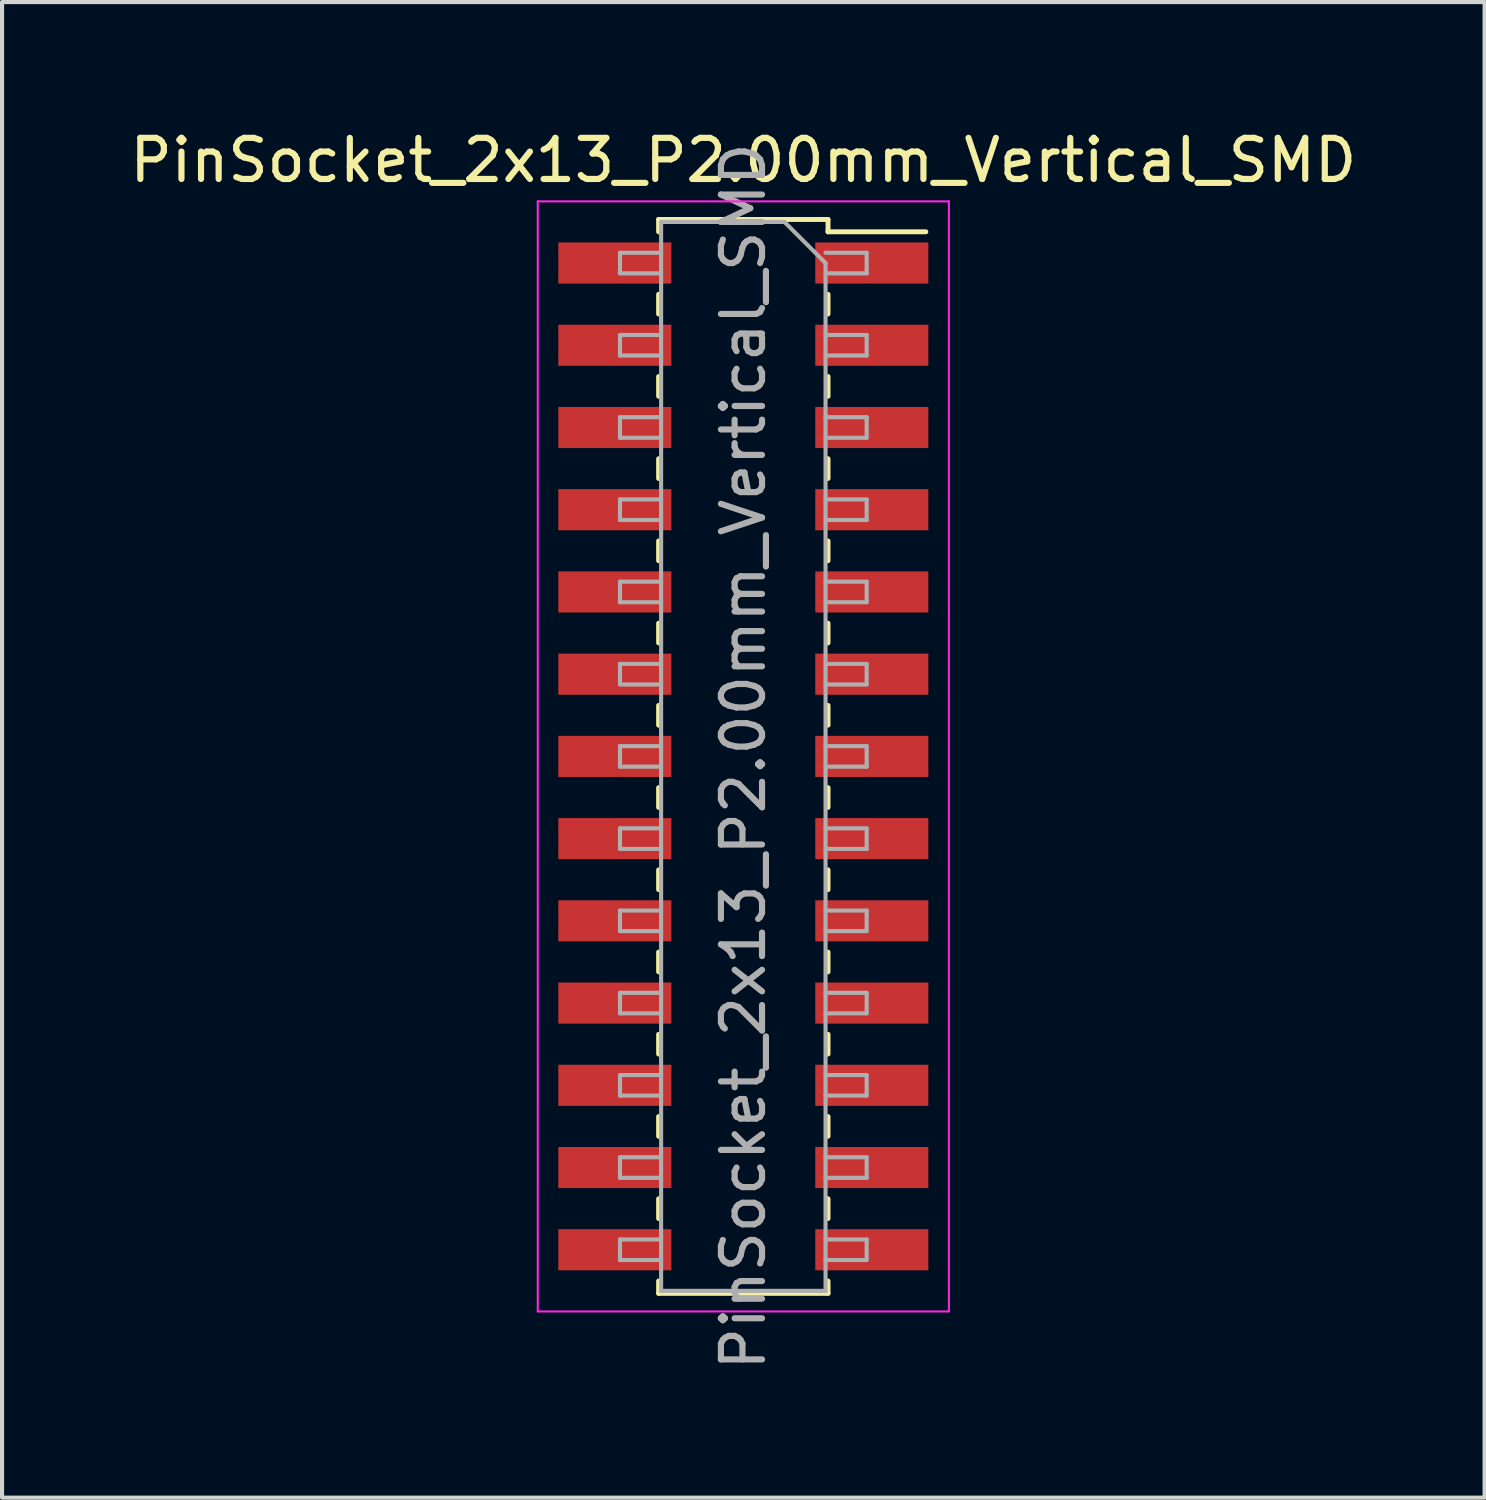
<source format=kicad_pcb>
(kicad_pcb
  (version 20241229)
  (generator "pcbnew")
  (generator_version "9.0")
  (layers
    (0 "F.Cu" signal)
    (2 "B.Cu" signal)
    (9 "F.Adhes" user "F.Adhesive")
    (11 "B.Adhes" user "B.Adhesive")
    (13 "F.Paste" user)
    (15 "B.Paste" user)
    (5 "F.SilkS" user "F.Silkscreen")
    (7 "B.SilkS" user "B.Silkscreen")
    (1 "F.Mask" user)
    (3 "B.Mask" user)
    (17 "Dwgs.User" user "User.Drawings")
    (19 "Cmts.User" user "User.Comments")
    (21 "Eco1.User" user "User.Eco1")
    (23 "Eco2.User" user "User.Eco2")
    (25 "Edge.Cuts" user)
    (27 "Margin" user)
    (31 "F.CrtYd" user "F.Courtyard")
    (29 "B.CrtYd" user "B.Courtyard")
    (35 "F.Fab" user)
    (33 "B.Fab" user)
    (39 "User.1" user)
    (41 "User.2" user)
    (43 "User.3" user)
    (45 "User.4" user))
  (footprint "PinSocket_2x13_P2.00mm_Vertical_SMD"
    (layer "F.Cu")
    (at 15.03 15.348)
    (property "Reference" "PinSocket_2x13_P2.00mm_Vertical_SMD" (at 0 -14.5 0) (layer "F.SilkS") (effects (font (size 1 1) (thickness 0.15))))
    (attr smd)
    (fp_line (start -2.06 -13.06) (end -2.06 -12.76) (stroke (width 0.12) (type solid)) (layer "F.SilkS"))
    (fp_line (start -2.06 -13.06) (end 2.06 -13.06) (stroke (width 0.12) (type solid)) (layer "F.SilkS"))
    (fp_line (start -2.06 -11.24) (end -2.06 -10.76) (stroke (width 0.12) (type solid)) (layer "F.SilkS"))
    (fp_line (start -2.06 -9.24) (end -2.06 -8.76) (stroke (width 0.12) (type solid)) (layer "F.SilkS"))
    (fp_line (start -2.06 -7.24) (end -2.06 -6.76) (stroke (width 0.12) (type solid)) (layer "F.SilkS"))
    (fp_line (start -2.06 -5.24) (end -2.06 -4.76) (stroke (width 0.12) (type solid)) (layer "F.SilkS"))
    (fp_line (start -2.06 -3.24) (end -2.06 -2.76) (stroke (width 0.12) (type solid)) (layer "F.SilkS"))
    (fp_line (start -2.06 -1.24) (end -2.06 -0.76) (stroke (width 0.12) (type solid)) (layer "F.SilkS"))
    (fp_line (start -2.06 0.76) (end -2.06 1.24) (stroke (width 0.12) (type solid)) (layer "F.SilkS"))
    (fp_line (start -2.06 2.76) (end -2.06 3.24) (stroke (width 0.12) (type solid)) (layer "F.SilkS"))
    (fp_line (start -2.06 4.76) (end -2.06 5.24) (stroke (width 0.12) (type solid)) (layer "F.SilkS"))
    (fp_line (start -2.06 6.76) (end -2.06 7.24) (stroke (width 0.12) (type solid)) (layer "F.SilkS"))
    (fp_line (start -2.06 8.76) (end -2.06 9.24) (stroke (width 0.12) (type solid)) (layer "F.SilkS"))
    (fp_line (start -2.06 10.76) (end -2.06 11.24) (stroke (width 0.12) (type solid)) (layer "F.SilkS"))
    (fp_line (start -2.06 12.76) (end -2.06 13.06) (stroke (width 0.12) (type solid)) (layer "F.SilkS"))
    (fp_line (start -2.06 13.06) (end 2.06 13.06) (stroke (width 0.12) (type solid)) (layer "F.SilkS"))
    (fp_line (start 2.06 -13.06) (end 2.06 -12.76) (stroke (width 0.12) (type solid)) (layer "F.SilkS"))
    (fp_line (start 2.06 -12.76) (end 4.44 -12.76) (stroke (width 0.12) (type solid)) (layer "F.SilkS"))
    (fp_line (start 2.06 -11.24) (end 2.06 -10.76) (stroke (width 0.12) (type solid)) (layer "F.SilkS"))
    (fp_line (start 2.06 -9.24) (end 2.06 -8.76) (stroke (width 0.12) (type solid)) (layer "F.SilkS"))
    (fp_line (start 2.06 -7.24) (end 2.06 -6.76) (stroke (width 0.12) (type solid)) (layer "F.SilkS"))
    (fp_line (start 2.06 -5.24) (end 2.06 -4.76) (stroke (width 0.12) (type solid)) (layer "F.SilkS"))
    (fp_line (start 2.06 -3.24) (end 2.06 -2.76) (stroke (width 0.12) (type solid)) (layer "F.SilkS"))
    (fp_line (start 2.06 -1.24) (end 2.06 -0.76) (stroke (width 0.12) (type solid)) (layer "F.SilkS"))
    (fp_line (start 2.06 0.76) (end 2.06 1.24) (stroke (width 0.12) (type solid)) (layer "F.SilkS"))
    (fp_line (start 2.06 2.76) (end 2.06 3.24) (stroke (width 0.12) (type solid)) (layer "F.SilkS"))
    (fp_line (start 2.06 4.76) (end 2.06 5.24) (stroke (width 0.12) (type solid)) (layer "F.SilkS"))
    (fp_line (start 2.06 6.76) (end 2.06 7.24) (stroke (width 0.12) (type solid)) (layer "F.SilkS"))
    (fp_line (start 2.06 8.76) (end 2.06 9.24) (stroke (width 0.12) (type solid)) (layer "F.SilkS"))
    (fp_line (start 2.06 10.76) (end 2.06 11.24) (stroke (width 0.12) (type solid)) (layer "F.SilkS"))
    (fp_line (start 2.06 12.76) (end 2.06 13.06) (stroke (width 0.12) (type solid)) (layer "F.SilkS"))
    (fp_line (start -5 -13.5) (end 5 -13.5) (stroke (width 0.05) (type solid)) (layer "F.CrtYd"))
    (fp_line (start -5 13.5) (end -5 -13.5) (stroke (width 0.05) (type solid)) (layer "F.CrtYd"))
    (fp_line (start 5 -13.5) (end 5 13.5) (stroke (width 0.05) (type solid)) (layer "F.CrtYd"))
    (fp_line (start 5 13.5) (end -5 13.5) (stroke (width 0.05) (type solid)) (layer "F.CrtYd"))
    (fp_line (start -3 -12.25) (end -2 -12.25) (stroke (width 0.1) (type solid)) (layer "F.Fab"))
    (fp_line (start -3 -11.75) (end -3 -12.25) (stroke (width 0.1) (type solid)) (layer "F.Fab"))
    (fp_line (start -3 -10.25) (end -2 -10.25) (stroke (width 0.1) (type solid)) (layer "F.Fab"))
    (fp_line (start -3 -9.75) (end -3 -10.25) (stroke (width 0.1) (type solid)) (layer "F.Fab"))
    (fp_line (start -3 -8.25) (end -2 -8.25) (stroke (width 0.1) (type solid)) (layer "F.Fab"))
    (fp_line (start -3 -7.75) (end -3 -8.25) (stroke (width 0.1) (type solid)) (layer "F.Fab"))
    (fp_line (start -3 -6.25) (end -2 -6.25) (stroke (width 0.1) (type solid)) (layer "F.Fab"))
    (fp_line (start -3 -5.75) (end -3 -6.25) (stroke (width 0.1) (type solid)) (layer "F.Fab"))
    (fp_line (start -3 -4.25) (end -2 -4.25) (stroke (width 0.1) (type solid)) (layer "F.Fab"))
    (fp_line (start -3 -3.75) (end -3 -4.25) (stroke (width 0.1) (type solid)) (layer "F.Fab"))
    (fp_line (start -3 -2.25) (end -2 -2.25) (stroke (width 0.1) (type solid)) (layer "F.Fab"))
    (fp_line (start -3 -1.75) (end -3 -2.25) (stroke (width 0.1) (type solid)) (layer "F.Fab"))
    (fp_line (start -3 -0.25) (end -2 -0.25) (stroke (width 0.1) (type solid)) (layer "F.Fab"))
    (fp_line (start -3 0.25) (end -3 -0.25) (stroke (width 0.1) (type solid)) (layer "F.Fab"))
    (fp_line (start -3 1.75) (end -2 1.75) (stroke (width 0.1) (type solid)) (layer "F.Fab"))
    (fp_line (start -3 2.25) (end -3 1.75) (stroke (width 0.1) (type solid)) (layer "F.Fab"))
    (fp_line (start -3 3.75) (end -2 3.75) (stroke (width 0.1) (type solid)) (layer "F.Fab"))
    (fp_line (start -3 4.25) (end -3 3.75) (stroke (width 0.1) (type solid)) (layer "F.Fab"))
    (fp_line (start -3 5.75) (end -2 5.75) (stroke (width 0.1) (type solid)) (layer "F.Fab"))
    (fp_line (start -3 6.25) (end -3 5.75) (stroke (width 0.1) (type solid)) (layer "F.Fab"))
    (fp_line (start -3 7.75) (end -2 7.75) (stroke (width 0.1) (type solid)) (layer "F.Fab"))
    (fp_line (start -3 8.25) (end -3 7.75) (stroke (width 0.1) (type solid)) (layer "F.Fab"))
    (fp_line (start -3 9.75) (end -2 9.75) (stroke (width 0.1) (type solid)) (layer "F.Fab"))
    (fp_line (start -3 10.25) (end -3 9.75) (stroke (width 0.1) (type solid)) (layer "F.Fab"))
    (fp_line (start -3 11.75) (end -2 11.75) (stroke (width 0.1) (type solid)) (layer "F.Fab"))
    (fp_line (start -3 12.25) (end -3 11.75) (stroke (width 0.1) (type solid)) (layer "F.Fab"))
    (fp_line (start -2 -13) (end 1 -13) (stroke (width 0.1) (type solid)) (layer "F.Fab"))
    (fp_line (start -2 -11.75) (end -3 -11.75) (stroke (width 0.1) (type solid)) (layer "F.Fab"))
    (fp_line (start -2 -9.75) (end -3 -9.75) (stroke (width 0.1) (type solid)) (layer "F.Fab"))
    (fp_line (start -2 -7.75) (end -3 -7.75) (stroke (width 0.1) (type solid)) (layer "F.Fab"))
    (fp_line (start -2 -5.75) (end -3 -5.75) (stroke (width 0.1) (type solid)) (layer "F.Fab"))
    (fp_line (start -2 -3.75) (end -3 -3.75) (stroke (width 0.1) (type solid)) (layer "F.Fab"))
    (fp_line (start -2 -1.75) (end -3 -1.75) (stroke (width 0.1) (type solid)) (layer "F.Fab"))
    (fp_line (start -2 0.25) (end -3 0.25) (stroke (width 0.1) (type solid)) (layer "F.Fab"))
    (fp_line (start -2 2.25) (end -3 2.25) (stroke (width 0.1) (type solid)) (layer "F.Fab"))
    (fp_line (start -2 4.25) (end -3 4.25) (stroke (width 0.1) (type solid)) (layer "F.Fab"))
    (fp_line (start -2 6.25) (end -3 6.25) (stroke (width 0.1) (type solid)) (layer "F.Fab"))
    (fp_line (start -2 8.25) (end -3 8.25) (stroke (width 0.1) (type solid)) (layer "F.Fab"))
    (fp_line (start -2 10.25) (end -3 10.25) (stroke (width 0.1) (type solid)) (layer "F.Fab"))
    (fp_line (start -2 12.25) (end -3 12.25) (stroke (width 0.1) (type solid)) (layer "F.Fab"))
    (fp_line (start -2 13) (end -2 -13) (stroke (width 0.1) (type solid)) (layer "F.Fab"))
    (fp_line (start 1 -13) (end 2 -12) (stroke (width 0.1) (type solid)) (layer "F.Fab"))
    (fp_line (start 2 -12.25) (end 3 -12.25) (stroke (width 0.1) (type solid)) (layer "F.Fab"))
    (fp_line (start 2 -12) (end 2 13) (stroke (width 0.1) (type solid)) (layer "F.Fab"))
    (fp_line (start 2 -10.25) (end 3 -10.25) (stroke (width 0.1) (type solid)) (layer "F.Fab"))
    (fp_line (start 2 -8.25) (end 3 -8.25) (stroke (width 0.1) (type solid)) (layer "F.Fab"))
    (fp_line (start 2 -6.25) (end 3 -6.25) (stroke (width 0.1) (type solid)) (layer "F.Fab"))
    (fp_line (start 2 -4.25) (end 3 -4.25) (stroke (width 0.1) (type solid)) (layer "F.Fab"))
    (fp_line (start 2 -2.25) (end 3 -2.25) (stroke (width 0.1) (type solid)) (layer "F.Fab"))
    (fp_line (start 2 -0.25) (end 3 -0.25) (stroke (width 0.1) (type solid)) (layer "F.Fab"))
    (fp_line (start 2 1.75) (end 3 1.75) (stroke (width 0.1) (type solid)) (layer "F.Fab"))
    (fp_line (start 2 3.75) (end 3 3.75) (stroke (width 0.1) (type solid)) (layer "F.Fab"))
    (fp_line (start 2 5.75) (end 3 5.75) (stroke (width 0.1) (type solid)) (layer "F.Fab"))
    (fp_line (start 2 7.75) (end 3 7.75) (stroke (width 0.1) (type solid)) (layer "F.Fab"))
    (fp_line (start 2 9.75) (end 3 9.75) (stroke (width 0.1) (type solid)) (layer "F.Fab"))
    (fp_line (start 2 11.75) (end 3 11.75) (stroke (width 0.1) (type solid)) (layer "F.Fab"))
    (fp_line (start 2 13) (end -2 13) (stroke (width 0.1) (type solid)) (layer "F.Fab"))
    (fp_line (start 3 -12.25) (end 3 -11.75) (stroke (width 0.1) (type solid)) (layer "F.Fab"))
    (fp_line (start 3 -11.75) (end 2 -11.75) (stroke (width 0.1) (type solid)) (layer "F.Fab"))
    (fp_line (start 3 -10.25) (end 3 -9.75) (stroke (width 0.1) (type solid)) (layer "F.Fab"))
    (fp_line (start 3 -9.75) (end 2 -9.75) (stroke (width 0.1) (type solid)) (layer "F.Fab"))
    (fp_line (start 3 -8.25) (end 3 -7.75) (stroke (width 0.1) (type solid)) (layer "F.Fab"))
    (fp_line (start 3 -7.75) (end 2 -7.75) (stroke (width 0.1) (type solid)) (layer "F.Fab"))
    (fp_line (start 3 -6.25) (end 3 -5.75) (stroke (width 0.1) (type solid)) (layer "F.Fab"))
    (fp_line (start 3 -5.75) (end 2 -5.75) (stroke (width 0.1) (type solid)) (layer "F.Fab"))
    (fp_line (start 3 -4.25) (end 3 -3.75) (stroke (width 0.1) (type solid)) (layer "F.Fab"))
    (fp_line (start 3 -3.75) (end 2 -3.75) (stroke (width 0.1) (type solid)) (layer "F.Fab"))
    (fp_line (start 3 -2.25) (end 3 -1.75) (stroke (width 0.1) (type solid)) (layer "F.Fab"))
    (fp_line (start 3 -1.75) (end 2 -1.75) (stroke (width 0.1) (type solid)) (layer "F.Fab"))
    (fp_line (start 3 -0.25) (end 3 0.25) (stroke (width 0.1) (type solid)) (layer "F.Fab"))
    (fp_line (start 3 0.25) (end 2 0.25) (stroke (width 0.1) (type solid)) (layer "F.Fab"))
    (fp_line (start 3 1.75) (end 3 2.25) (stroke (width 0.1) (type solid)) (layer "F.Fab"))
    (fp_line (start 3 2.25) (end 2 2.25) (stroke (width 0.1) (type solid)) (layer "F.Fab"))
    (fp_line (start 3 3.75) (end 3 4.25) (stroke (width 0.1) (type solid)) (layer "F.Fab"))
    (fp_line (start 3 4.25) (end 2 4.25) (stroke (width 0.1) (type solid)) (layer "F.Fab"))
    (fp_line (start 3 5.75) (end 3 6.25) (stroke (width 0.1) (type solid)) (layer "F.Fab"))
    (fp_line (start 3 6.25) (end 2 6.25) (stroke (width 0.1) (type solid)) (layer "F.Fab"))
    (fp_line (start 3 7.75) (end 3 8.25) (stroke (width 0.1) (type solid)) (layer "F.Fab"))
    (fp_line (start 3 8.25) (end 2 8.25) (stroke (width 0.1) (type solid)) (layer "F.Fab"))
    (fp_line (start 3 9.75) (end 3 10.25) (stroke (width 0.1) (type solid)) (layer "F.Fab"))
    (fp_line (start 3 10.25) (end 2 10.25) (stroke (width 0.1) (type solid)) (layer "F.Fab"))
    (fp_line (start 3 11.75) (end 3 12.25) (stroke (width 0.1) (type solid)) (layer "F.Fab"))
    (fp_line (start 3 12.25) (end 2 12.25) (stroke (width 0.1) (type solid)) (layer "F.Fab"))
    (fp_text user "${REFERENCE}" (at 0 0 90) (layer "F.Fab") (effects (font (size 1 1) (thickness 0.15))))
    (pad "1" smd rect (at 3.125 -12) (size 2.75 1) (layers "F.Cu" "F.Mask" "F.Paste"))
    (pad "2" smd rect (at -3.125 -12) (size 2.75 1) (layers "F.Cu" "F.Mask" "F.Paste"))
    (pad "3" smd rect (at 3.125 -10) (size 2.75 1) (layers "F.Cu" "F.Mask" "F.Paste"))
    (pad "4" smd rect (at -3.125 -10) (size 2.75 1) (layers "F.Cu" "F.Mask" "F.Paste"))
    (pad "5" smd rect (at 3.125 -8) (size 2.75 1) (layers "F.Cu" "F.Mask" "F.Paste"))
    (pad "6" smd rect (at -3.125 -8) (size 2.75 1) (layers "F.Cu" "F.Mask" "F.Paste"))
    (pad "7" smd rect (at 3.125 -6) (size 2.75 1) (layers "F.Cu" "F.Mask" "F.Paste"))
    (pad "8" smd rect (at -3.125 -6) (size 2.75 1) (layers "F.Cu" "F.Mask" "F.Paste"))
    (pad "9" smd rect (at 3.125 -4) (size 2.75 1) (layers "F.Cu" "F.Mask" "F.Paste"))
    (pad "10" smd rect (at -3.125 -4) (size 2.75 1) (layers "F.Cu" "F.Mask" "F.Paste"))
    (pad "11" smd rect (at 3.125 -2) (size 2.75 1) (layers "F.Cu" "F.Mask" "F.Paste"))
    (pad "12" smd rect (at -3.125 -2) (size 2.75 1) (layers "F.Cu" "F.Mask" "F.Paste"))
    (pad "13" smd rect (at 3.125 0) (size 2.75 1) (layers "F.Cu" "F.Mask" "F.Paste"))
    (pad "14" smd rect (at -3.125 0) (size 2.75 1) (layers "F.Cu" "F.Mask" "F.Paste"))
    (pad "15" smd rect (at 3.125 2) (size 2.75 1) (layers "F.Cu" "F.Mask" "F.Paste"))
    (pad "16" smd rect (at -3.125 2) (size 2.75 1) (layers "F.Cu" "F.Mask" "F.Paste"))
    (pad "17" smd rect (at 3.125 4) (size 2.75 1) (layers "F.Cu" "F.Mask" "F.Paste"))
    (pad "18" smd rect (at -3.125 4) (size 2.75 1) (layers "F.Cu" "F.Mask" "F.Paste"))
    (pad "19" smd rect (at 3.125 6) (size 2.75 1) (layers "F.Cu" "F.Mask" "F.Paste"))
    (pad "20" smd rect (at -3.125 6) (size 2.75 1) (layers "F.Cu" "F.Mask" "F.Paste"))
    (pad "21" smd rect (at 3.125 8) (size 2.75 1) (layers "F.Cu" "F.Mask" "F.Paste"))
    (pad "22" smd rect (at -3.125 8) (size 2.75 1) (layers "F.Cu" "F.Mask" "F.Paste"))
    (pad "23" smd rect (at 3.125 10) (size 2.75 1) (layers "F.Cu" "F.Mask" "F.Paste"))
    (pad "24" smd rect (at -3.125 10) (size 2.75 1) (layers "F.Cu" "F.Mask" "F.Paste"))
    (pad "25" smd rect (at 3.125 12) (size 2.75 1) (layers "F.Cu" "F.Mask" "F.Paste"))
    (pad "26" smd rect (at -3.125 12) (size 2.75 1) (layers "F.Cu" "F.Mask" "F.Paste")))
  (gr_rect
    (start -3 -3)
    (end 33.06 33.378)
    (stroke (width 0.1) (type default))
    (fill no)
    (layer "Edge.Cuts")))
</source>
